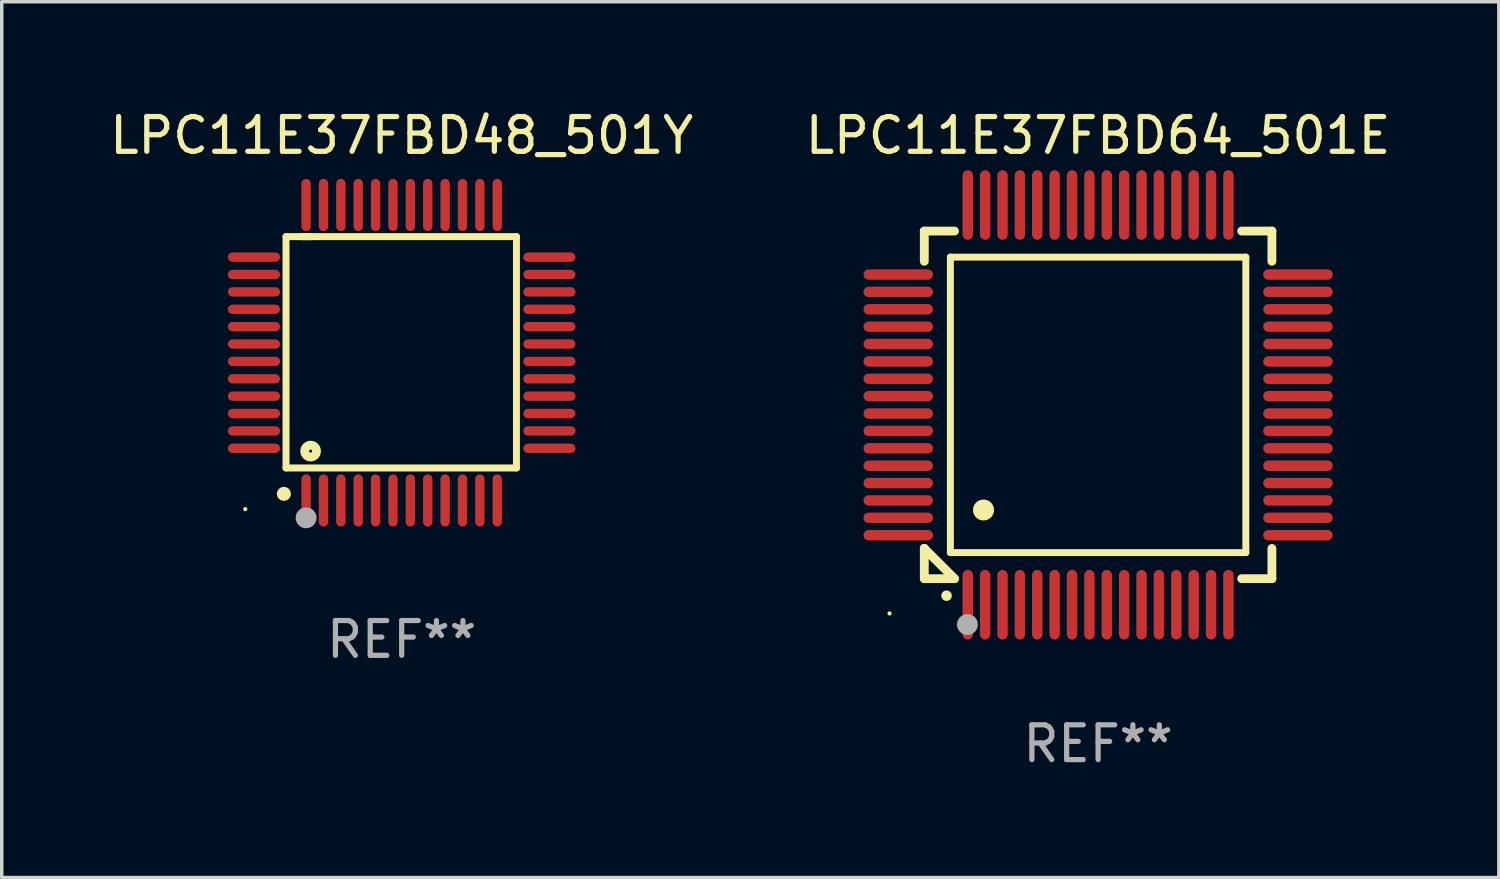
<source format=kicad_pcb>
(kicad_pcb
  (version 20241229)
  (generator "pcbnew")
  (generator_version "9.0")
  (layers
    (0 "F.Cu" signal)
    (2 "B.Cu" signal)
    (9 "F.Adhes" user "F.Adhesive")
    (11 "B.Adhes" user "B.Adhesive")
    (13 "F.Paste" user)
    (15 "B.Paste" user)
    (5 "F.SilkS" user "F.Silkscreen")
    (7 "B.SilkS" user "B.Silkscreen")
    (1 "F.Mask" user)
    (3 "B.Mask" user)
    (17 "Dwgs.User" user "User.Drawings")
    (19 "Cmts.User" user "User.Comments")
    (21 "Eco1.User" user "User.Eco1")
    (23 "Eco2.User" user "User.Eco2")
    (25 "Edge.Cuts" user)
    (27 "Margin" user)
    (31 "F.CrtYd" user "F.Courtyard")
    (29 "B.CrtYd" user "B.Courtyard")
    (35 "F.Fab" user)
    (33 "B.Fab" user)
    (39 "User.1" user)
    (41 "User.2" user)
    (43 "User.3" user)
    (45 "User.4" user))
  (footprint "LPC11E37FBD64_501E"
    (layer "F.Cu")
    (at 28.542 8.598)
    (property "Reference" "LPC11E37FBD64_501E" (at 0 -7.75 0) (layer "F.SilkS") (effects (font (size 1 1) (thickness 0.15))))
    (attr through_hole)
    (fp_line (start -5 -5) (end -4.131 -5) (stroke (width 0.254) (type solid)) (layer "F.SilkS"))
    (fp_line (start -5 -4.131) (end -5 -5) (stroke (width 0.254) (type solid)) (layer "F.SilkS"))
    (fp_line (start -5 4.131) (end -5 4.131) (stroke (width 0.254) (type solid)) (layer "F.SilkS"))
    (fp_line (start -5 5) (end -5 4.131) (stroke (width 0.254) (type solid)) (layer "F.SilkS"))
    (fp_line (start -5 4.131) (end -4.131 5) (stroke (width 0.254) (type solid)) (layer "F.SilkS"))
    (fp_line (start -4.25 -4.25) (end -4.25 4.25) (stroke (width 0.2) (type solid)) (layer "F.SilkS"))
    (fp_line (start -4.25 4.25) (end 4.25 4.25) (stroke (width 0.2) (type solid)) (layer "F.SilkS"))
    (fp_line (start -4.131 5) (end -5 5) (stroke (width 0.254) (type solid)) (layer "F.SilkS"))
    (fp_line (start 4.25 -4.25) (end -4.25 -4.25) (stroke (width 0.2) (type solid)) (layer "F.SilkS"))
    (fp_line (start 4.25 4.25) (end 4.25 -4.25) (stroke (width 0.2) (type solid)) (layer "F.SilkS"))
    (fp_line (start 5 -5) (end 4.131 -5) (stroke (width 0.254) (type solid)) (layer "F.SilkS"))
    (fp_line (start 5 -5) (end 5 -4.131) (stroke (width 0.254) (type solid)) (layer "F.SilkS"))
    (fp_line (start 5 4.131) (end 5 5) (stroke (width 0.254) (type solid)) (layer "F.SilkS"))
    (fp_line (start 5 5) (end 4.131 5) (stroke (width 0.254) (type solid)) (layer "F.SilkS"))
    (fp_arc (start -4.361265 5.489992) (mid -4.359995 5.489987) (end -4.358725 5.489992) (stroke (width 0.3) (type solid)) (layer "F.SilkS"))
    (fp_arc (start -3.299467 3.025146) (mid -3.296927 3.025135) (end -3.294387 3.025146) (stroke (width 0.6) (type solid)) (layer "F.SilkS"))
    (fp_circle (center -6 6) (end -5.97 6) (stroke (width 0.06) (type solid)) (fill no) (layer "F.SilkS"))
    (fp_circle (center -3.76 6.32) (end -3.61 6.32) (stroke (width 0.3) (type solid)) (fill no) (layer "F.Fab"))
    (fp_text user "REF**" (at 0 9.75 0) (layer "F.Fab") (effects (font (size 1 1) (thickness 0.15))))
    (pad "1" smd oval (at -3.75 5.75) (size 0.3 2) (layers "F.Cu" "F.Mask" "F.Paste"))
    (pad "2" smd oval (at -3.25 5.75) (size 0.3 2) (layers "F.Cu" "F.Mask" "F.Paste"))
    (pad "3" smd oval (at -2.75 5.75) (size 0.3 2) (layers "F.Cu" "F.Mask" "F.Paste"))
    (pad "4" smd oval (at -2.25 5.75) (size 0.3 2) (layers "F.Cu" "F.Mask" "F.Paste"))
    (pad "5" smd oval (at -1.75 5.75) (size 0.3 2) (layers "F.Cu" "F.Mask" "F.Paste"))
    (pad "6" smd oval (at -1.25 5.75) (size 0.3 2) (layers "F.Cu" "F.Mask" "F.Paste"))
    (pad "7" smd oval (at -0.75 5.75) (size 0.3 2) (layers "F.Cu" "F.Mask" "F.Paste"))
    (pad "8" smd oval (at -0.25 5.75) (size 0.3 2) (layers "F.Cu" "F.Mask" "F.Paste"))
    (pad "9" smd oval (at 0.25 5.75) (size 0.3 2) (layers "F.Cu" "F.Mask" "F.Paste"))
    (pad "10" smd oval (at 0.75 5.75) (size 0.3 2) (layers "F.Cu" "F.Mask" "F.Paste"))
    (pad "11" smd oval (at 1.25 5.75) (size 0.3 2) (layers "F.Cu" "F.Mask" "F.Paste"))
    (pad "12" smd oval (at 1.75 5.75) (size 0.3 2) (layers "F.Cu" "F.Mask" "F.Paste"))
    (pad "13" smd oval (at 2.25 5.75) (size 0.3 2) (layers "F.Cu" "F.Mask" "F.Paste"))
    (pad "14" smd oval (at 2.75 5.75) (size 0.3 2) (layers "F.Cu" "F.Mask" "F.Paste"))
    (pad "15" smd oval (at 3.25 5.75) (size 0.3 2) (layers "F.Cu" "F.Mask" "F.Paste"))
    (pad "16" smd oval (at 3.75 5.75) (size 0.3 2) (layers "F.Cu" "F.Mask" "F.Paste"))
    (pad "17" smd oval (at 5.75 3.75) (size 2 0.3) (layers "F.Cu" "F.Mask" "F.Paste"))
    (pad "18" smd oval (at 5.75 3.25) (size 2 0.3) (layers "F.Cu" "F.Mask" "F.Paste"))
    (pad "19" smd oval (at 5.75 2.75) (size 2 0.3) (layers "F.Cu" "F.Mask" "F.Paste"))
    (pad "20" smd oval (at 5.75 2.25) (size 2 0.3) (layers "F.Cu" "F.Mask" "F.Paste"))
    (pad "21" smd oval (at 5.75 1.75) (size 2 0.3) (layers "F.Cu" "F.Mask" "F.Paste"))
    (pad "22" smd oval (at 5.75 1.25) (size 2 0.3) (layers "F.Cu" "F.Mask" "F.Paste"))
    (pad "23" smd oval (at 5.75 0.75) (size 2 0.3) (layers "F.Cu" "F.Mask" "F.Paste"))
    (pad "24" smd oval (at 5.75 0.25) (size 2 0.3) (layers "F.Cu" "F.Mask" "F.Paste"))
    (pad "25" smd oval (at 5.75 -0.25) (size 2 0.3) (layers "F.Cu" "F.Mask" "F.Paste"))
    (pad "26" smd oval (at 5.75 -0.75) (size 2 0.3) (layers "F.Cu" "F.Mask" "F.Paste"))
    (pad "27" smd oval (at 5.75 -1.25) (size 2 0.3) (layers "F.Cu" "F.Mask" "F.Paste"))
    (pad "28" smd oval (at 5.75 -1.75) (size 2 0.3) (layers "F.Cu" "F.Mask" "F.Paste"))
    (pad "29" smd oval (at 5.75 -2.25) (size 2 0.3) (layers "F.Cu" "F.Mask" "F.Paste"))
    (pad "30" smd oval (at 5.75 -2.75) (size 2 0.3) (layers "F.Cu" "F.Mask" "F.Paste"))
    (pad "31" smd oval (at 5.75 -3.25) (size 2 0.3) (layers "F.Cu" "F.Mask" "F.Paste"))
    (pad "32" smd oval (at 5.75 -3.75) (size 2 0.3) (layers "F.Cu" "F.Mask" "F.Paste"))
    (pad "33" smd oval (at 3.75 -5.75) (size 0.3 2) (layers "F.Cu" "F.Mask" "F.Paste"))
    (pad "34" smd oval (at 3.25 -5.75) (size 0.3 2) (layers "F.Cu" "F.Mask" "F.Paste"))
    (pad "35" smd oval (at 2.75 -5.75) (size 0.3 2) (layers "F.Cu" "F.Mask" "F.Paste"))
    (pad "36" smd oval (at 2.25 -5.75) (size 0.3 2) (layers "F.Cu" "F.Mask" "F.Paste"))
    (pad "37" smd oval (at 1.75 -5.75) (size 0.3 2) (layers "F.Cu" "F.Mask" "F.Paste"))
    (pad "38" smd oval (at 1.25 -5.75) (size 0.3 2) (layers "F.Cu" "F.Mask" "F.Paste"))
    (pad "39" smd oval (at 0.75 -5.75) (size 0.3 2) (layers "F.Cu" "F.Mask" "F.Paste"))
    (pad "40" smd oval (at 0.25 -5.75) (size 0.3 2) (layers "F.Cu" "F.Mask" "F.Paste"))
    (pad "41" smd oval (at -0.25 -5.75) (size 0.3 2) (layers "F.Cu" "F.Mask" "F.Paste"))
    (pad "42" smd oval (at -0.75 -5.75) (size 0.3 2) (layers "F.Cu" "F.Mask" "F.Paste"))
    (pad "43" smd oval (at -1.25 -5.75) (size 0.3 2) (layers "F.Cu" "F.Mask" "F.Paste"))
    (pad "44" smd oval (at -1.75 -5.75) (size 0.3 2) (layers "F.Cu" "F.Mask" "F.Paste"))
    (pad "45" smd oval (at -2.25 -5.75) (size 0.3 2) (layers "F.Cu" "F.Mask" "F.Paste"))
    (pad "46" smd oval (at -2.75 -5.75) (size 0.3 2) (layers "F.Cu" "F.Mask" "F.Paste"))
    (pad "47" smd oval (at -3.25 -5.75) (size 0.3 2) (layers "F.Cu" "F.Mask" "F.Paste"))
    (pad "48" smd oval (at -3.75 -5.75) (size 0.3 2) (layers "F.Cu" "F.Mask" "F.Paste"))
    (pad "49" smd oval (at -5.75 -3.75) (size 2 0.3) (layers "F.Cu" "F.Mask" "F.Paste"))
    (pad "50" smd oval (at -5.75 -3.25) (size 2 0.3) (layers "F.Cu" "F.Mask" "F.Paste"))
    (pad "51" smd oval (at -5.75 -2.75) (size 2 0.3) (layers "F.Cu" "F.Mask" "F.Paste"))
    (pad "52" smd oval (at -5.75 -2.25) (size 2 0.3) (layers "F.Cu" "F.Mask" "F.Paste"))
    (pad "53" smd oval (at -5.75 -1.75) (size 2 0.3) (layers "F.Cu" "F.Mask" "F.Paste"))
    (pad "54" smd oval (at -5.75 -1.25) (size 2 0.3) (layers "F.Cu" "F.Mask" "F.Paste"))
    (pad "55" smd oval (at -5.75 -0.75) (size 2 0.3) (layers "F.Cu" "F.Mask" "F.Paste"))
    (pad "56" smd oval (at -5.75 -0.25) (size 2 0.3) (layers "F.Cu" "F.Mask" "F.Paste"))
    (pad "57" smd oval (at -5.75 0.25) (size 2 0.3) (layers "F.Cu" "F.Mask" "F.Paste"))
    (pad "58" smd oval (at -5.75 0.75) (size 2 0.3) (layers "F.Cu" "F.Mask" "F.Paste"))
    (pad "59" smd oval (at -5.75 1.25) (size 2 0.3) (layers "F.Cu" "F.Mask" "F.Paste"))
    (pad "60" smd oval (at -5.75 1.75) (size 2 0.3) (layers "F.Cu" "F.Mask" "F.Paste"))
    (pad "61" smd oval (at -5.75 2.25) (size 2 0.3) (layers "F.Cu" "F.Mask" "F.Paste"))
    (pad "62" smd oval (at -5.75 2.75) (size 2 0.3) (layers "F.Cu" "F.Mask" "F.Paste"))
    (pad "63" smd oval (at -5.75 3.25) (size 2 0.3) (layers "F.Cu" "F.Mask" "F.Paste"))
    (pad "64" smd oval (at -5.75 3.75) (size 2 0.3) (layers "F.Cu" "F.Mask" "F.Paste")))
  (footprint "LPC11E37FBD48_501Y"
    (layer "F.Cu")
    (at 8.506 7.098)
    (property "Reference" "LPC11E37FBD48_501Y" (at 0 -6.25 0) (layer "F.SilkS") (effects (font (size 1 1) (thickness 0.15))))
    (attr through_hole)
    (fp_line (start -3.327 -3.34) (end -2.565 -3.34) (stroke (width 0.2) (type solid)) (layer "F.SilkS"))
    (fp_line (start -3.327 3.315) (end -3.327 -3.34) (stroke (width 0.2) (type solid)) (layer "F.SilkS"))
    (fp_line (start -2.896 -3.34) (end 3.302 -3.34) (stroke (width 0.2) (type solid)) (layer "F.SilkS"))
    (fp_line (start 3.302 -3.34) (end 3.302 3.315) (stroke (width 0.2) (type solid)) (layer "F.SilkS"))
    (fp_line (start 3.302 3.315) (end -3.327 3.315) (stroke (width 0.2) (type solid)) (layer "F.SilkS"))
    (fp_arc (start -3.389992 4.059995) (mid -3.388722 4.059991) (end -3.387452 4.059995) (stroke (width 0.4) (type solid)) (layer "F.SilkS"))
    (fp_circle (center -4.5 4.5) (end -4.47 4.5) (stroke (width 0.06) (type solid)) (fill no) (layer "F.SilkS"))
    (fp_circle (center -2.62 2.83) (end -2.45 2.83) (stroke (width 0.254) (type solid)) (fill no) (layer "F.SilkS"))
    (fp_circle (center -2.75 4.75) (end -2.6 4.75) (stroke (width 0.3) (type solid)) (fill no) (layer "F.Fab"))
    (fp_text user "REF**" (at 0 8.25 0) (layer "F.Fab") (effects (font (size 1 1) (thickness 0.15))))
    (pad "1" smd oval (at -2.75 4.25) (size 0.27 1.5) (layers "F.Cu" "F.Mask" "F.Paste"))
    (pad "2" smd oval (at -2.25 4.25) (size 0.27 1.5) (layers "F.Cu" "F.Mask" "F.Paste"))
    (pad "3" smd oval (at -1.75 4.25) (size 0.27 1.5) (layers "F.Cu" "F.Mask" "F.Paste"))
    (pad "4" smd oval (at -1.25 4.25) (size 0.27 1.5) (layers "F.Cu" "F.Mask" "F.Paste"))
    (pad "5" smd oval (at -0.75 4.25) (size 0.27 1.5) (layers "F.Cu" "F.Mask" "F.Paste"))
    (pad "6" smd oval (at -0.25 4.25) (size 0.27 1.5) (layers "F.Cu" "F.Mask" "F.Paste"))
    (pad "7" smd oval (at 0.25 4.25) (size 0.27 1.5) (layers "F.Cu" "F.Mask" "F.Paste"))
    (pad "8" smd oval (at 0.75 4.25) (size 0.27 1.5) (layers "F.Cu" "F.Mask" "F.Paste"))
    (pad "9" smd oval (at 1.25 4.25) (size 0.27 1.5) (layers "F.Cu" "F.Mask" "F.Paste"))
    (pad "10" smd oval (at 1.75 4.25) (size 0.27 1.5) (layers "F.Cu" "F.Mask" "F.Paste"))
    (pad "11" smd oval (at 2.25 4.25) (size 0.27 1.5) (layers "F.Cu" "F.Mask" "F.Paste"))
    (pad "12" smd oval (at 2.75 4.25) (size 0.27 1.5) (layers "F.Cu" "F.Mask" "F.Paste"))
    (pad "13" smd oval (at 4.25 2.75) (size 1.5 0.27) (layers "F.Cu" "F.Mask" "F.Paste"))
    (pad "14" smd oval (at 4.25 2.25) (size 1.5 0.27) (layers "F.Cu" "F.Mask" "F.Paste"))
    (pad "15" smd oval (at 4.25 1.75) (size 1.5 0.27) (layers "F.Cu" "F.Mask" "F.Paste"))
    (pad "16" smd oval (at 4.25 1.25) (size 1.5 0.27) (layers "F.Cu" "F.Mask" "F.Paste"))
    (pad "17" smd oval (at 4.25 0.75) (size 1.5 0.27) (layers "F.Cu" "F.Mask" "F.Paste"))
    (pad "18" smd oval (at 4.25 0.25) (size 1.5 0.27) (layers "F.Cu" "F.Mask" "F.Paste"))
    (pad "19" smd oval (at 4.25 -0.25) (size 1.5 0.27) (layers "F.Cu" "F.Mask" "F.Paste"))
    (pad "20" smd oval (at 4.25 -0.75) (size 1.5 0.27) (layers "F.Cu" "F.Mask" "F.Paste"))
    (pad "21" smd oval (at 4.25 -1.25) (size 1.5 0.27) (layers "F.Cu" "F.Mask" "F.Paste"))
    (pad "22" smd oval (at 4.25 -1.75) (size 1.5 0.27) (layers "F.Cu" "F.Mask" "F.Paste"))
    (pad "23" smd oval (at 4.25 -2.25) (size 1.5 0.27) (layers "F.Cu" "F.Mask" "F.Paste"))
    (pad "24" smd oval (at 4.25 -2.75) (size 1.5 0.27) (layers "F.Cu" "F.Mask" "F.Paste"))
    (pad "25" smd oval (at 2.75 -4.25) (size 0.27 1.5) (layers "F.Cu" "F.Mask" "F.Paste"))
    (pad "26" smd oval (at 2.25 -4.25) (size 0.27 1.5) (layers "F.Cu" "F.Mask" "F.Paste"))
    (pad "27" smd oval (at 1.75 -4.25) (size 0.27 1.5) (layers "F.Cu" "F.Mask" "F.Paste"))
    (pad "28" smd oval (at 1.25 -4.25) (size 0.27 1.5) (layers "F.Cu" "F.Mask" "F.Paste"))
    (pad "29" smd oval (at 0.75 -4.25) (size 0.27 1.5) (layers "F.Cu" "F.Mask" "F.Paste"))
    (pad "30" smd oval (at 0.25 -4.25) (size 0.27 1.5) (layers "F.Cu" "F.Mask" "F.Paste"))
    (pad "31" smd oval (at -0.25 -4.25) (size 0.27 1.5) (layers "F.Cu" "F.Mask" "F.Paste"))
    (pad "32" smd oval (at -0.75 -4.25) (size 0.27 1.5) (layers "F.Cu" "F.Mask" "F.Paste"))
    (pad "33" smd oval (at -1.25 -4.25) (size 0.27 1.5) (layers "F.Cu" "F.Mask" "F.Paste"))
    (pad "34" smd oval (at -1.75 -4.25) (size 0.27 1.5) (layers "F.Cu" "F.Mask" "F.Paste"))
    (pad "35" smd oval (at -2.25 -4.25) (size 0.27 1.5) (layers "F.Cu" "F.Mask" "F.Paste"))
    (pad "36" smd oval (at -2.75 -4.25) (size 0.27 1.5) (layers "F.Cu" "F.Mask" "F.Paste"))
    (pad "37" smd oval (at -4.25 -2.75) (size 1.5 0.27) (layers "F.Cu" "F.Mask" "F.Paste"))
    (pad "38" smd oval (at -4.25 -2.25) (size 1.5 0.27) (layers "F.Cu" "F.Mask" "F.Paste"))
    (pad "39" smd oval (at -4.25 -1.75) (size 1.5 0.27) (layers "F.Cu" "F.Mask" "F.Paste"))
    (pad "40" smd oval (at -4.25 -1.25) (size 1.5 0.27) (layers "F.Cu" "F.Mask" "F.Paste"))
    (pad "41" smd oval (at -4.25 -0.75) (size 1.5 0.27) (layers "F.Cu" "F.Mask" "F.Paste"))
    (pad "42" smd oval (at -4.25 -0.25) (size 1.5 0.27) (layers "F.Cu" "F.Mask" "F.Paste"))
    (pad "43" smd oval (at -4.25 0.25) (size 1.5 0.27) (layers "F.Cu" "F.Mask" "F.Paste"))
    (pad "44" smd oval (at -4.25 0.75) (size 1.5 0.27) (layers "F.Cu" "F.Mask" "F.Paste"))
    (pad "45" smd oval (at -4.25 1.25) (size 1.5 0.27) (layers "F.Cu" "F.Mask" "F.Paste"))
    (pad "46" smd oval (at -4.25 1.75) (size 1.5 0.27) (layers "F.Cu" "F.Mask" "F.Paste"))
    (pad "47" smd oval (at -4.25 2.25) (size 1.5 0.27) (layers "F.Cu" "F.Mask" "F.Paste"))
    (pad "48" smd oval (at -4.25 2.75) (size 1.5 0.27) (layers "F.Cu" "F.Mask" "F.Paste")))
  (gr_rect
    (start -3 -3)
    (end 40.071 22.196)
    (stroke (width 0.1) (type default))
    (fill no)
    (layer "Edge.Cuts")))
</source>
